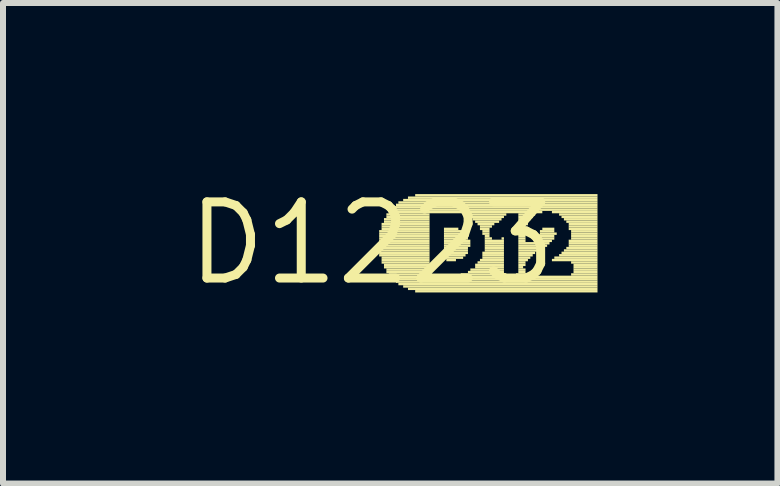
<source format=kicad_pcb>
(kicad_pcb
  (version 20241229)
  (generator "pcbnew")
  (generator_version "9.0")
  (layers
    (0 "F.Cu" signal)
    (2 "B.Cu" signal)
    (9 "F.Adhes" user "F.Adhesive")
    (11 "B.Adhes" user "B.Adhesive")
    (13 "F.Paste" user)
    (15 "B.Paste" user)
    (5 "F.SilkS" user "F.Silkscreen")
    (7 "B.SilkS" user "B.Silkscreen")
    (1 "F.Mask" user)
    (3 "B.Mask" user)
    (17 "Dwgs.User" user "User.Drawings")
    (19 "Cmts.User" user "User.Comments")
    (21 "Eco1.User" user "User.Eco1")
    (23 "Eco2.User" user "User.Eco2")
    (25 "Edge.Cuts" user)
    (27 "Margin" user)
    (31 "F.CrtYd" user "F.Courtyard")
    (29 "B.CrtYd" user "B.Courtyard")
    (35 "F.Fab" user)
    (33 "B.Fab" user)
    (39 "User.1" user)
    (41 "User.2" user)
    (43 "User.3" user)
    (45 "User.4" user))
  (footprint "D1223"
    (layer "F.Cu")
    (at 3.152 1.006)
    (property "Reference" "D1223" (at 0 0 0) (layer "F.SilkS") (effects (font (size 1.27 1.27) (thickness 0.15))))
    (fp_poly (pts (xy 0.12 -0.18) (xy 0.96 -0.18) (xy 0.96 -0.22) (xy 0.12 -0.22)) (stroke (width 0) (type default)) (fill yes) (layer "F.SilkS"))
    (fp_poly (pts (xy 0.12 -0.14) (xy 0.96 -0.14) (xy 0.96 -0.18) (xy 0.12 -0.18)) (stroke (width 0) (type default)) (fill yes) (layer "F.SilkS"))
    (fp_poly (pts (xy 0.12 -0.1) (xy 0.96 -0.1) (xy 0.96 -0.14) (xy 0.12 -0.14)) (stroke (width 0) (type default)) (fill yes) (layer "F.SilkS"))
    (fp_poly (pts (xy 0.12 -0.06) (xy 0.96 -0.06) (xy 0.96 -0.1) (xy 0.12 -0.1)) (stroke (width 0) (type default)) (fill yes) (layer "F.SilkS"))
    (fp_poly (pts (xy 0.12 -0.02) (xy 0.96 -0.02) (xy 0.96 -0.06) (xy 0.12 -0.06)) (stroke (width 0) (type default)) (fill yes) (layer "F.SilkS"))
    (fp_poly (pts (xy 0.12 0.02) (xy 0.96 0.02) (xy 0.96 -0.02) (xy 0.12 -0.02)) (stroke (width 0) (type default)) (fill yes) (layer "F.SilkS"))
    (fp_poly (pts (xy 0.12 0.06) (xy 0.96 0.06) (xy 0.96 0.02) (xy 0.12 0.02)) (stroke (width 0) (type default)) (fill yes) (layer "F.SilkS"))
    (fp_poly (pts (xy 0.12 0.1) (xy 0.96 0.1) (xy 0.96 0.06) (xy 0.12 0.06)) (stroke (width 0) (type default)) (fill yes) (layer "F.SilkS"))
    (fp_poly (pts (xy 0.12 0.14) (xy 0.96 0.14) (xy 0.96 0.1) (xy 0.12 0.1)) (stroke (width 0) (type default)) (fill yes) (layer "F.SilkS"))
    (fp_poly (pts (xy 0.12 0.18) (xy 0.96 0.18) (xy 0.96 0.14) (xy 0.12 0.14)) (stroke (width 0) (type default)) (fill yes) (layer "F.SilkS"))
    (fp_poly (pts (xy 0.12 0.22) (xy 0.96 0.22) (xy 0.96 0.18) (xy 0.12 0.18)) (stroke (width 0) (type default)) (fill yes) (layer "F.SilkS"))
    (fp_poly (pts (xy 0.16 -0.3) (xy 0.96 -0.3) (xy 0.96 -0.34) (xy 0.16 -0.34)) (stroke (width 0) (type default)) (fill yes) (layer "F.SilkS"))
    (fp_poly (pts (xy 0.16 -0.26) (xy 0.96 -0.26) (xy 0.96 -0.3) (xy 0.16 -0.3)) (stroke (width 0) (type default)) (fill yes) (layer "F.SilkS"))
    (fp_poly (pts (xy 0.16 -0.22) (xy 0.96 -0.22) (xy 0.96 -0.26) (xy 0.16 -0.26)) (stroke (width 0) (type default)) (fill yes) (layer "F.SilkS"))
    (fp_poly (pts (xy 0.16 0.26) (xy 0.96 0.26) (xy 0.96 0.22) (xy 0.16 0.22)) (stroke (width 0) (type default)) (fill yes) (layer "F.SilkS"))
    (fp_poly (pts (xy 0.16 0.3) (xy 0.96 0.3) (xy 0.96 0.26) (xy 0.16 0.26)) (stroke (width 0) (type default)) (fill yes) (layer "F.SilkS"))
    (fp_poly (pts (xy 0.16 0.34) (xy 0.96 0.34) (xy 0.96 0.3) (xy 0.16 0.3)) (stroke (width 0) (type default)) (fill yes) (layer "F.SilkS"))
    (fp_poly (pts (xy 0.2 -0.38) (xy 0.96 -0.38) (xy 0.96 -0.42) (xy 0.2 -0.42)) (stroke (width 0) (type default)) (fill yes) (layer "F.SilkS"))
    (fp_poly (pts (xy 0.2 -0.34) (xy 0.96 -0.34) (xy 0.96 -0.38) (xy 0.2 -0.38)) (stroke (width 0) (type default)) (fill yes) (layer "F.SilkS"))
    (fp_poly (pts (xy 0.2 0.38) (xy 0.96 0.38) (xy 0.96 0.34) (xy 0.2 0.34)) (stroke (width 0) (type default)) (fill yes) (layer "F.SilkS"))
    (fp_poly (pts (xy 0.2 0.42) (xy 0.96 0.42) (xy 0.96 0.38) (xy 0.2 0.38)) (stroke (width 0) (type default)) (fill yes) (layer "F.SilkS"))
    (fp_poly (pts (xy 0.24 -0.46) (xy 0.96 -0.46) (xy 0.96 -0.5) (xy 0.24 -0.5)) (stroke (width 0) (type default)) (fill yes) (layer "F.SilkS"))
    (fp_poly (pts (xy 0.24 -0.42) (xy 0.96 -0.42) (xy 0.96 -0.46) (xy 0.24 -0.46)) (stroke (width 0) (type default)) (fill yes) (layer "F.SilkS"))
    (fp_poly (pts (xy 0.24 0.46) (xy 0.96 0.46) (xy 0.96 0.42) (xy 0.24 0.42)) (stroke (width 0) (type default)) (fill yes) (layer "F.SilkS"))
    (fp_poly (pts (xy 0.24 0.5) (xy 0.96 0.5) (xy 0.96 0.46) (xy 0.24 0.46)) (stroke (width 0) (type default)) (fill yes) (layer "F.SilkS"))
    (fp_poly (pts (xy 0.28 -0.5) (xy 2.84 -0.5) (xy 2.84 -0.54) (xy 0.28 -0.54)) (stroke (width 0) (type default)) (fill yes) (layer "F.SilkS"))
    (fp_poly (pts (xy 0.28 0.54) (xy 1 0.54) (xy 1 0.5) (xy 0.28 0.5)) (stroke (width 0) (type default)) (fill yes) (layer "F.SilkS"))
    (fp_poly (pts (xy 0.32 -0.54) (xy 3.76 -0.54) (xy 3.76 -0.58) (xy 0.32 -0.58)) (stroke (width 0) (type default)) (fill yes) (layer "F.SilkS"))
    (fp_poly (pts (xy 0.32 0.58) (xy 3.76 0.58) (xy 3.76 0.54) (xy 0.32 0.54)) (stroke (width 0) (type default)) (fill yes) (layer "F.SilkS"))
    (fp_poly (pts (xy 0.36 -0.58) (xy 3.76 -0.58) (xy 3.76 -0.62) (xy 0.36 -0.62)) (stroke (width 0) (type default)) (fill yes) (layer "F.SilkS"))
    (fp_poly (pts (xy 0.36 0.62) (xy 3.76 0.62) (xy 3.76 0.58) (xy 0.36 0.58)) (stroke (width 0) (type default)) (fill yes) (layer "F.SilkS"))
    (fp_poly (pts (xy 0.4 -0.62) (xy 3.76 -0.62) (xy 3.76 -0.66) (xy 0.4 -0.66)) (stroke (width 0) (type default)) (fill yes) (layer "F.SilkS"))
    (fp_poly (pts (xy 0.4 0.66) (xy 3.76 0.66) (xy 3.76 0.62) (xy 0.4 0.62)) (stroke (width 0) (type default)) (fill yes) (layer "F.SilkS"))
    (fp_poly (pts (xy 0.44 -0.66) (xy 3.76 -0.66) (xy 3.76 -0.7) (xy 0.44 -0.7)) (stroke (width 0) (type default)) (fill yes) (layer "F.SilkS"))
    (fp_poly (pts (xy 0.44 0.7) (xy 3.76 0.7) (xy 3.76 0.66) (xy 0.44 0.66)) (stroke (width 0) (type default)) (fill yes) (layer "F.SilkS"))
    (fp_poly (pts (xy 0.52 -0.7) (xy 3.76 -0.7) (xy 3.76 -0.74) (xy 0.52 -0.74)) (stroke (width 0) (type default)) (fill yes) (layer "F.SilkS"))
    (fp_poly (pts (xy 0.52 0.74) (xy 3.76 0.74) (xy 3.76 0.7) (xy 0.52 0.7)) (stroke (width 0) (type default)) (fill yes) (layer "F.SilkS"))
    (fp_poly (pts (xy 0.6 -0.74) (xy 3.76 -0.74) (xy 3.76 -0.78) (xy 0.6 -0.78)) (stroke (width 0) (type default)) (fill yes) (layer "F.SilkS"))
    (fp_poly (pts (xy 0.6 0.78) (xy 3.76 0.78) (xy 3.76 0.74) (xy 0.6 0.74)) (stroke (width 0) (type default)) (fill yes) (layer "F.SilkS"))
    (fp_poly (pts (xy 0.72 -0.78) (xy 3.76 -0.78) (xy 3.76 -0.82) (xy 0.72 -0.82)) (stroke (width 0) (type default)) (fill yes) (layer "F.SilkS"))
    (fp_poly (pts (xy 0.72 0.82) (xy 3.76 0.82) (xy 3.76 0.78) (xy 0.72 0.78)) (stroke (width 0) (type default)) (fill yes) (layer "F.SilkS"))
    (fp_poly (pts (xy 1.2 -0.22) (xy 1.44 -0.22) (xy 1.44 -0.26) (xy 1.2 -0.26)) (stroke (width 0) (type default)) (fill yes) (layer "F.SilkS"))
    (fp_poly (pts (xy 1.2 -0.18) (xy 1.52 -0.18) (xy 1.52 -0.22) (xy 1.2 -0.22)) (stroke (width 0) (type default)) (fill yes) (layer "F.SilkS"))
    (fp_poly (pts (xy 1.2 -0.14) (xy 1.56 -0.14) (xy 1.56 -0.18) (xy 1.2 -0.18)) (stroke (width 0) (type default)) (fill yes) (layer "F.SilkS"))
    (fp_poly (pts (xy 1.2 -0.1) (xy 1.6 -0.1) (xy 1.6 -0.14) (xy 1.2 -0.14)) (stroke (width 0) (type default)) (fill yes) (layer "F.SilkS"))
    (fp_poly (pts (xy 1.2 -0.06) (xy 1.6 -0.06) (xy 1.6 -0.1) (xy 1.2 -0.1)) (stroke (width 0) (type default)) (fill yes) (layer "F.SilkS"))
    (fp_poly (pts (xy 1.2 -0.02) (xy 1.64 -0.02) (xy 1.64 -0.06) (xy 1.2 -0.06)) (stroke (width 0) (type default)) (fill yes) (layer "F.SilkS"))
    (fp_poly (pts (xy 1.2 0.02) (xy 1.64 0.02) (xy 1.64 -0.02) (xy 1.2 -0.02)) (stroke (width 0) (type default)) (fill yes) (layer "F.SilkS"))
    (fp_poly (pts (xy 1.2 0.06) (xy 1.64 0.06) (xy 1.64 0.02) (xy 1.2 0.02)) (stroke (width 0) (type default)) (fill yes) (layer "F.SilkS"))
    (fp_poly (pts (xy 1.2 0.1) (xy 1.6 0.1) (xy 1.6 0.06) (xy 1.2 0.06)) (stroke (width 0) (type default)) (fill yes) (layer "F.SilkS"))
    (fp_poly (pts (xy 1.2 0.14) (xy 1.6 0.14) (xy 1.6 0.1) (xy 1.2 0.1)) (stroke (width 0) (type default)) (fill yes) (layer "F.SilkS"))
    (fp_poly (pts (xy 1.2 0.18) (xy 1.6 0.18) (xy 1.6 0.14) (xy 1.2 0.14)) (stroke (width 0) (type default)) (fill yes) (layer "F.SilkS"))
    (fp_poly (pts (xy 1.2 0.22) (xy 1.56 0.22) (xy 1.56 0.18) (xy 1.2 0.18)) (stroke (width 0) (type default)) (fill yes) (layer "F.SilkS"))
    (fp_poly (pts (xy 1.2 0.26) (xy 1.52 0.26) (xy 1.52 0.22) (xy 1.2 0.22)) (stroke (width 0) (type default)) (fill yes) (layer "F.SilkS"))
    (fp_poly (pts (xy 1.24 0.3) (xy 1.4 0.3) (xy 1.4 0.26) (xy 1.24 0.26)) (stroke (width 0) (type default)) (fill yes) (layer "F.SilkS"))
    (fp_poly (pts (xy 1.48 0.54) (xy 2.24 0.54) (xy 2.24 0.5) (xy 1.48 0.5)) (stroke (width 0) (type default)) (fill yes) (layer "F.SilkS"))
    (fp_poly (pts (xy 1.52 -0.46) (xy 2.24 -0.46) (xy 2.24 -0.5) (xy 1.52 -0.5)) (stroke (width 0) (type default)) (fill yes) (layer "F.SilkS"))
    (fp_poly (pts (xy 1.6 -0.42) (xy 2.2 -0.42) (xy 2.2 -0.46) (xy 1.6 -0.46)) (stroke (width 0) (type default)) (fill yes) (layer "F.SilkS"))
    (fp_poly (pts (xy 1.6 0.5) (xy 2.2 0.5) (xy 2.2 0.46) (xy 1.6 0.46)) (stroke (width 0) (type default)) (fill yes) (layer "F.SilkS"))
    (fp_poly (pts (xy 1.64 0.46) (xy 2.2 0.46) (xy 2.2 0.42) (xy 1.64 0.42)) (stroke (width 0) (type default)) (fill yes) (layer "F.SilkS"))
    (fp_poly (pts (xy 1.68 -0.38) (xy 2.16 -0.38) (xy 2.16 -0.42) (xy 1.68 -0.42)) (stroke (width 0) (type default)) (fill yes) (layer "F.SilkS"))
    (fp_poly (pts (xy 1.72 -0.34) (xy 2.12 -0.34) (xy 2.12 -0.38) (xy 1.72 -0.38)) (stroke (width 0) (type default)) (fill yes) (layer "F.SilkS"))
    (fp_poly (pts (xy 1.72 0.38) (xy 2.2 0.38) (xy 2.2 0.34) (xy 1.72 0.34)) (stroke (width 0) (type default)) (fill yes) (layer "F.SilkS"))
    (fp_poly (pts (xy 1.72 0.42) (xy 2.2 0.42) (xy 2.2 0.38) (xy 1.72 0.38)) (stroke (width 0) (type default)) (fill yes) (layer "F.SilkS"))
    (fp_poly (pts (xy 1.76 -0.3) (xy 2.04 -0.3) (xy 2.04 -0.34) (xy 1.76 -0.34)) (stroke (width 0) (type default)) (fill yes) (layer "F.SilkS"))
    (fp_poly (pts (xy 1.76 0.34) (xy 2.2 0.34) (xy 2.2 0.3) (xy 1.76 0.3)) (stroke (width 0) (type default)) (fill yes) (layer "F.SilkS"))
    (fp_poly (pts (xy 1.8 -0.26) (xy 2 -0.26) (xy 2 -0.3) (xy 1.8 -0.3)) (stroke (width 0) (type default)) (fill yes) (layer "F.SilkS"))
    (fp_poly (pts (xy 1.8 -0.22) (xy 1.96 -0.22) (xy 1.96 -0.26) (xy 1.8 -0.26)) (stroke (width 0) (type default)) (fill yes) (layer "F.SilkS"))
    (fp_poly (pts (xy 1.8 0.3) (xy 2.2 0.3) (xy 2.2 0.26) (xy 1.8 0.26)) (stroke (width 0) (type default)) (fill yes) (layer "F.SilkS"))
    (fp_poly (pts (xy 1.84 -0.18) (xy 1.96 -0.18) (xy 1.96 -0.22) (xy 1.84 -0.22)) (stroke (width 0) (type default)) (fill yes) (layer "F.SilkS"))
    (fp_poly (pts (xy 1.84 -0.14) (xy 1.96 -0.14) (xy 1.96 -0.18) (xy 1.84 -0.18)) (stroke (width 0) (type default)) (fill yes) (layer "F.SilkS"))
    (fp_poly (pts (xy 1.84 0.18) (xy 2.2 0.18) (xy 2.2 0.14) (xy 1.84 0.14)) (stroke (width 0) (type default)) (fill yes) (layer "F.SilkS"))
    (fp_poly (pts (xy 1.84 0.22) (xy 2.2 0.22) (xy 2.2 0.18) (xy 1.84 0.18)) (stroke (width 0) (type default)) (fill yes) (layer "F.SilkS"))
    (fp_poly (pts (xy 1.84 0.26) (xy 2.2 0.26) (xy 2.2 0.22) (xy 1.84 0.22)) (stroke (width 0) (type default)) (fill yes) (layer "F.SilkS"))
    (fp_poly (pts (xy 1.88 -0.1) (xy 1.96 -0.1) (xy 1.96 -0.14) (xy 1.88 -0.14)) (stroke (width 0) (type default)) (fill yes) (layer "F.SilkS"))
    (fp_poly (pts (xy 1.88 -0.06) (xy 2 -0.06) (xy 2 -0.1) (xy 1.88 -0.1)) (stroke (width 0) (type default)) (fill yes) (layer "F.SilkS"))
    (fp_poly (pts (xy 1.88 -0.02) (xy 2.2 -0.02) (xy 2.2 -0.06) (xy 1.88 -0.06)) (stroke (width 0) (type default)) (fill yes) (layer "F.SilkS"))
    (fp_poly (pts (xy 1.88 0.02) (xy 2.2 0.02) (xy 2.2 -0.02) (xy 1.88 -0.02)) (stroke (width 0) (type default)) (fill yes) (layer "F.SilkS"))
    (fp_poly (pts (xy 1.88 0.06) (xy 2.2 0.06) (xy 2.2 0.02) (xy 1.88 0.02)) (stroke (width 0) (type default)) (fill yes) (layer "F.SilkS"))
    (fp_poly (pts (xy 1.88 0.1) (xy 2.2 0.1) (xy 2.2 0.06) (xy 1.88 0.06)) (stroke (width 0) (type default)) (fill yes) (layer "F.SilkS"))
    (fp_poly (pts (xy 1.88 0.14) (xy 2.2 0.14) (xy 2.2 0.1) (xy 1.88 0.1)) (stroke (width 0) (type default)) (fill yes) (layer "F.SilkS"))
    (fp_poly (pts (xy 2.16 -0.06) (xy 2.2 -0.06) (xy 2.2 -0.1) (xy 2.16 -0.1)) (stroke (width 0) (type default)) (fill yes) (layer "F.SilkS"))
    (fp_poly (pts (xy 2.4 0.54) (xy 2.6 0.54) (xy 2.6 0.5) (xy 2.4 0.5)) (stroke (width 0) (type default)) (fill yes) (layer "F.SilkS"))
    (fp_poly (pts (xy 2.44 -0.46) (xy 2.72 -0.46) (xy 2.72 -0.5) (xy 2.44 -0.5)) (stroke (width 0) (type default)) (fill yes) (layer "F.SilkS"))
    (fp_poly (pts (xy 2.44 -0.42) (xy 2.68 -0.42) (xy 2.68 -0.46) (xy 2.44 -0.46)) (stroke (width 0) (type default)) (fill yes) (layer "F.SilkS"))
    (fp_poly (pts (xy 2.44 -0.38) (xy 2.64 -0.38) (xy 2.64 -0.42) (xy 2.44 -0.42)) (stroke (width 0) (type default)) (fill yes) (layer "F.SilkS"))
    (fp_poly (pts (xy 2.44 -0.34) (xy 2.6 -0.34) (xy 2.6 -0.38) (xy 2.44 -0.38)) (stroke (width 0) (type default)) (fill yes) (layer "F.SilkS"))
    (fp_poly (pts (xy 2.44 -0.3) (xy 2.6 -0.3) (xy 2.6 -0.34) (xy 2.44 -0.34)) (stroke (width 0) (type default)) (fill yes) (layer "F.SilkS"))
    (fp_poly (pts (xy 2.44 -0.26) (xy 2.56 -0.26) (xy 2.56 -0.3) (xy 2.44 -0.3)) (stroke (width 0) (type default)) (fill yes) (layer "F.SilkS"))
    (fp_poly (pts (xy 2.44 -0.22) (xy 2.56 -0.22) (xy 2.56 -0.26) (xy 2.44 -0.26)) (stroke (width 0) (type default)) (fill yes) (layer "F.SilkS"))
    (fp_poly (pts (xy 2.44 -0.18) (xy 2.56 -0.18) (xy 2.56 -0.22) (xy 2.44 -0.22)) (stroke (width 0) (type default)) (fill yes) (layer "F.SilkS"))
    (fp_poly (pts (xy 2.44 -0.14) (xy 2.52 -0.14) (xy 2.52 -0.18) (xy 2.44 -0.18)) (stroke (width 0) (type default)) (fill yes) (layer "F.SilkS"))
    (fp_poly (pts (xy 2.44 -0.1) (xy 2.56 -0.1) (xy 2.56 -0.14) (xy 2.44 -0.14)) (stroke (width 0) (type default)) (fill yes) (layer "F.SilkS"))
    (fp_poly (pts (xy 2.44 -0.06) (xy 2.56 -0.06) (xy 2.56 -0.1) (xy 2.44 -0.1)) (stroke (width 0) (type default)) (fill yes) (layer "F.SilkS"))
    (fp_poly (pts (xy 2.44 -0.02) (xy 2.56 -0.02) (xy 2.56 -0.06) (xy 2.44 -0.06)) (stroke (width 0) (type default)) (fill yes) (layer "F.SilkS"))
    (fp_poly (pts (xy 2.44 0.02) (xy 2.96 0.02) (xy 2.96 -0.02) (xy 2.44 -0.02)) (stroke (width 0) (type default)) (fill yes) (layer "F.SilkS"))
    (fp_poly (pts (xy 2.44 0.06) (xy 2.92 0.06) (xy 2.92 0.02) (xy 2.44 0.02)) (stroke (width 0) (type default)) (fill yes) (layer "F.SilkS"))
    (fp_poly (pts (xy 2.44 0.1) (xy 2.84 0.1) (xy 2.84 0.06) (xy 2.44 0.06)) (stroke (width 0) (type default)) (fill yes) (layer "F.SilkS"))
    (fp_poly (pts (xy 2.44 0.14) (xy 2.8 0.14) (xy 2.8 0.1) (xy 2.44 0.1)) (stroke (width 0) (type default)) (fill yes) (layer "F.SilkS"))
    (fp_poly (pts (xy 2.44 0.18) (xy 2.72 0.18) (xy 2.72 0.14) (xy 2.44 0.14)) (stroke (width 0) (type default)) (fill yes) (layer "F.SilkS"))
    (fp_poly (pts (xy 2.44 0.22) (xy 2.68 0.22) (xy 2.68 0.18) (xy 2.44 0.18)) (stroke (width 0) (type default)) (fill yes) (layer "F.SilkS"))
    (fp_poly (pts (xy 2.44 0.26) (xy 2.64 0.26) (xy 2.64 0.22) (xy 2.44 0.22)) (stroke (width 0) (type default)) (fill yes) (layer "F.SilkS"))
    (fp_poly (pts (xy 2.44 0.3) (xy 2.6 0.3) (xy 2.6 0.26) (xy 2.44 0.26)) (stroke (width 0) (type default)) (fill yes) (layer "F.SilkS"))
    (fp_poly (pts (xy 2.44 0.34) (xy 2.56 0.34) (xy 2.56 0.3) (xy 2.44 0.3)) (stroke (width 0) (type default)) (fill yes) (layer "F.SilkS"))
    (fp_poly (pts (xy 2.44 0.38) (xy 2.56 0.38) (xy 2.56 0.34) (xy 2.44 0.34)) (stroke (width 0) (type default)) (fill yes) (layer "F.SilkS"))
    (fp_poly (pts (xy 2.44 0.42) (xy 2.52 0.42) (xy 2.52 0.38) (xy 2.44 0.38)) (stroke (width 0) (type default)) (fill yes) (layer "F.SilkS"))
    (fp_poly (pts (xy 2.44 0.46) (xy 2.56 0.46) (xy 2.56 0.42) (xy 2.44 0.42)) (stroke (width 0) (type default)) (fill yes) (layer "F.SilkS"))
    (fp_poly (pts (xy 2.44 0.5) (xy 2.56 0.5) (xy 2.56 0.46) (xy 2.44 0.46)) (stroke (width 0) (type default)) (fill yes) (layer "F.SilkS"))
    (fp_poly (pts (xy 2.76 -0.02) (xy 3 -0.02) (xy 3 -0.06) (xy 2.76 -0.06)) (stroke (width 0) (type default)) (fill yes) (layer "F.SilkS"))
    (fp_poly (pts (xy 2.8 -0.18) (xy 3.04 -0.18) (xy 3.04 -0.22) (xy 2.8 -0.22)) (stroke (width 0) (type default)) (fill yes) (layer "F.SilkS"))
    (fp_poly (pts (xy 2.8 -0.14) (xy 3.08 -0.14) (xy 3.08 -0.18) (xy 2.8 -0.18)) (stroke (width 0) (type default)) (fill yes) (layer "F.SilkS"))
    (fp_poly (pts (xy 2.8 -0.1) (xy 3.04 -0.1) (xy 3.04 -0.14) (xy 2.8 -0.14)) (stroke (width 0) (type default)) (fill yes) (layer "F.SilkS"))
    (fp_poly (pts (xy 2.8 -0.06) (xy 3.04 -0.06) (xy 3.04 -0.1) (xy 2.8 -0.1)) (stroke (width 0) (type default)) (fill yes) (layer "F.SilkS"))
    (fp_poly (pts (xy 2.84 -0.22) (xy 3.04 -0.22) (xy 3.04 -0.26) (xy 2.84 -0.26)) (stroke (width 0) (type default)) (fill yes) (layer "F.SilkS"))
    (fp_poly (pts (xy 3 -0.5) (xy 3.76 -0.5) (xy 3.76 -0.54) (xy 3 -0.54)) (stroke (width 0) (type default)) (fill yes) (layer "F.SilkS"))
    (fp_poly (pts (xy 3 0.3) (xy 3.76 0.3) (xy 3.76 0.26) (xy 3 0.26)) (stroke (width 0) (type default)) (fill yes) (layer "F.SilkS"))
    (fp_poly (pts (xy 3.04 0.26) (xy 3.76 0.26) (xy 3.76 0.22) (xy 3.04 0.22)) (stroke (width 0) (type default)) (fill yes) (layer "F.SilkS"))
    (fp_poly (pts (xy 3.12 -0.46) (xy 3.76 -0.46) (xy 3.76 -0.5) (xy 3.12 -0.5)) (stroke (width 0) (type default)) (fill yes) (layer "F.SilkS"))
    (fp_poly (pts (xy 3.12 0.22) (xy 3.76 0.22) (xy 3.76 0.18) (xy 3.12 0.18)) (stroke (width 0) (type default)) (fill yes) (layer "F.SilkS"))
    (fp_poly (pts (xy 3.16 -0.42) (xy 3.76 -0.42) (xy 3.76 -0.46) (xy 3.16 -0.46)) (stroke (width 0) (type default)) (fill yes) (layer "F.SilkS"))
    (fp_poly (pts (xy 3.16 0.18) (xy 3.76 0.18) (xy 3.76 0.14) (xy 3.16 0.14)) (stroke (width 0) (type default)) (fill yes) (layer "F.SilkS"))
    (fp_poly (pts (xy 3.2 -0.38) (xy 3.76 -0.38) (xy 3.76 -0.42) (xy 3.2 -0.42)) (stroke (width 0) (type default)) (fill yes) (layer "F.SilkS"))
    (fp_poly (pts (xy 3.2 0.14) (xy 3.76 0.14) (xy 3.76 0.1) (xy 3.2 0.1)) (stroke (width 0) (type default)) (fill yes) (layer "F.SilkS"))
    (fp_poly (pts (xy 3.24 -0.34) (xy 3.76 -0.34) (xy 3.76 -0.38) (xy 3.24 -0.38)) (stroke (width 0) (type default)) (fill yes) (layer "F.SilkS"))
    (fp_poly (pts (xy 3.24 0.1) (xy 3.76 0.1) (xy 3.76 0.06) (xy 3.24 0.06)) (stroke (width 0) (type default)) (fill yes) (layer "F.SilkS"))
    (fp_poly (pts (xy 3.28 -0.3) (xy 3.76 -0.3) (xy 3.76 -0.34) (xy 3.28 -0.34)) (stroke (width 0) (type default)) (fill yes) (layer "F.SilkS"))
    (fp_poly (pts (xy 3.28 -0.26) (xy 3.76 -0.26) (xy 3.76 -0.3) (xy 3.28 -0.3)) (stroke (width 0) (type default)) (fill yes) (layer "F.SilkS"))
    (fp_poly (pts (xy 3.28 -0.22) (xy 3.76 -0.22) (xy 3.76 -0.26) (xy 3.28 -0.26)) (stroke (width 0) (type default)) (fill yes) (layer "F.SilkS"))
    (fp_poly (pts (xy 3.28 -0.02) (xy 3.76 -0.02) (xy 3.76 -0.06) (xy 3.28 -0.06)) (stroke (width 0) (type default)) (fill yes) (layer "F.SilkS"))
    (fp_poly (pts (xy 3.28 0.02) (xy 3.76 0.02) (xy 3.76 -0.02) (xy 3.28 -0.02)) (stroke (width 0) (type default)) (fill yes) (layer "F.SilkS"))
    (fp_poly (pts (xy 3.28 0.06) (xy 3.76 0.06) (xy 3.76 0.02) (xy 3.28 0.02)) (stroke (width 0) (type default)) (fill yes) (layer "F.SilkS"))
    (fp_poly (pts (xy 3.32 -0.18) (xy 3.76 -0.18) (xy 3.76 -0.22) (xy 3.32 -0.22)) (stroke (width 0) (type default)) (fill yes) (layer "F.SilkS"))
    (fp_poly (pts (xy 3.32 -0.14) (xy 3.76 -0.14) (xy 3.76 -0.18) (xy 3.32 -0.18)) (stroke (width 0) (type default)) (fill yes) (layer "F.SilkS"))
    (fp_poly (pts (xy 3.32 -0.1) (xy 3.76 -0.1) (xy 3.76 -0.14) (xy 3.32 -0.14)) (stroke (width 0) (type default)) (fill yes) (layer "F.SilkS"))
    (fp_poly (pts (xy 3.32 -0.06) (xy 3.76 -0.06) (xy 3.76 -0.1) (xy 3.32 -0.1)) (stroke (width 0) (type default)) (fill yes) (layer "F.SilkS"))
    (fp_poly (pts (xy 3.32 0.34) (xy 3.76 0.34) (xy 3.76 0.3) (xy 3.32 0.3)) (stroke (width 0) (type default)) (fill yes) (layer "F.SilkS"))
    (fp_poly (pts (xy 3.32 0.54) (xy 3.76 0.54) (xy 3.76 0.5) (xy 3.32 0.5)) (stroke (width 0) (type default)) (fill yes) (layer "F.SilkS"))
    (fp_poly (pts (xy 3.36 0.38) (xy 3.76 0.38) (xy 3.76 0.34) (xy 3.36 0.34)) (stroke (width 0) (type default)) (fill yes) (layer "F.SilkS"))
    (fp_poly (pts (xy 3.36 0.42) (xy 3.76 0.42) (xy 3.76 0.38) (xy 3.36 0.38)) (stroke (width 0) (type default)) (fill yes) (layer "F.SilkS"))
    (fp_poly (pts (xy 3.36 0.46) (xy 3.76 0.46) (xy 3.76 0.42) (xy 3.36 0.42)) (stroke (width 0) (type default)) (fill yes) (layer "F.SilkS"))
    (fp_poly (pts (xy 3.36 0.5) (xy 3.76 0.5) (xy 3.76 0.46) (xy 3.36 0.46)) (stroke (width 0) (type default)) (fill yes) (layer "F.SilkS")))
  (gr_rect
    (start -3 -3)
    (end 9.912 5.012)
    (stroke (width 0.1) (type default))
    (fill no)
    (layer "Edge.Cuts")))
</source>
